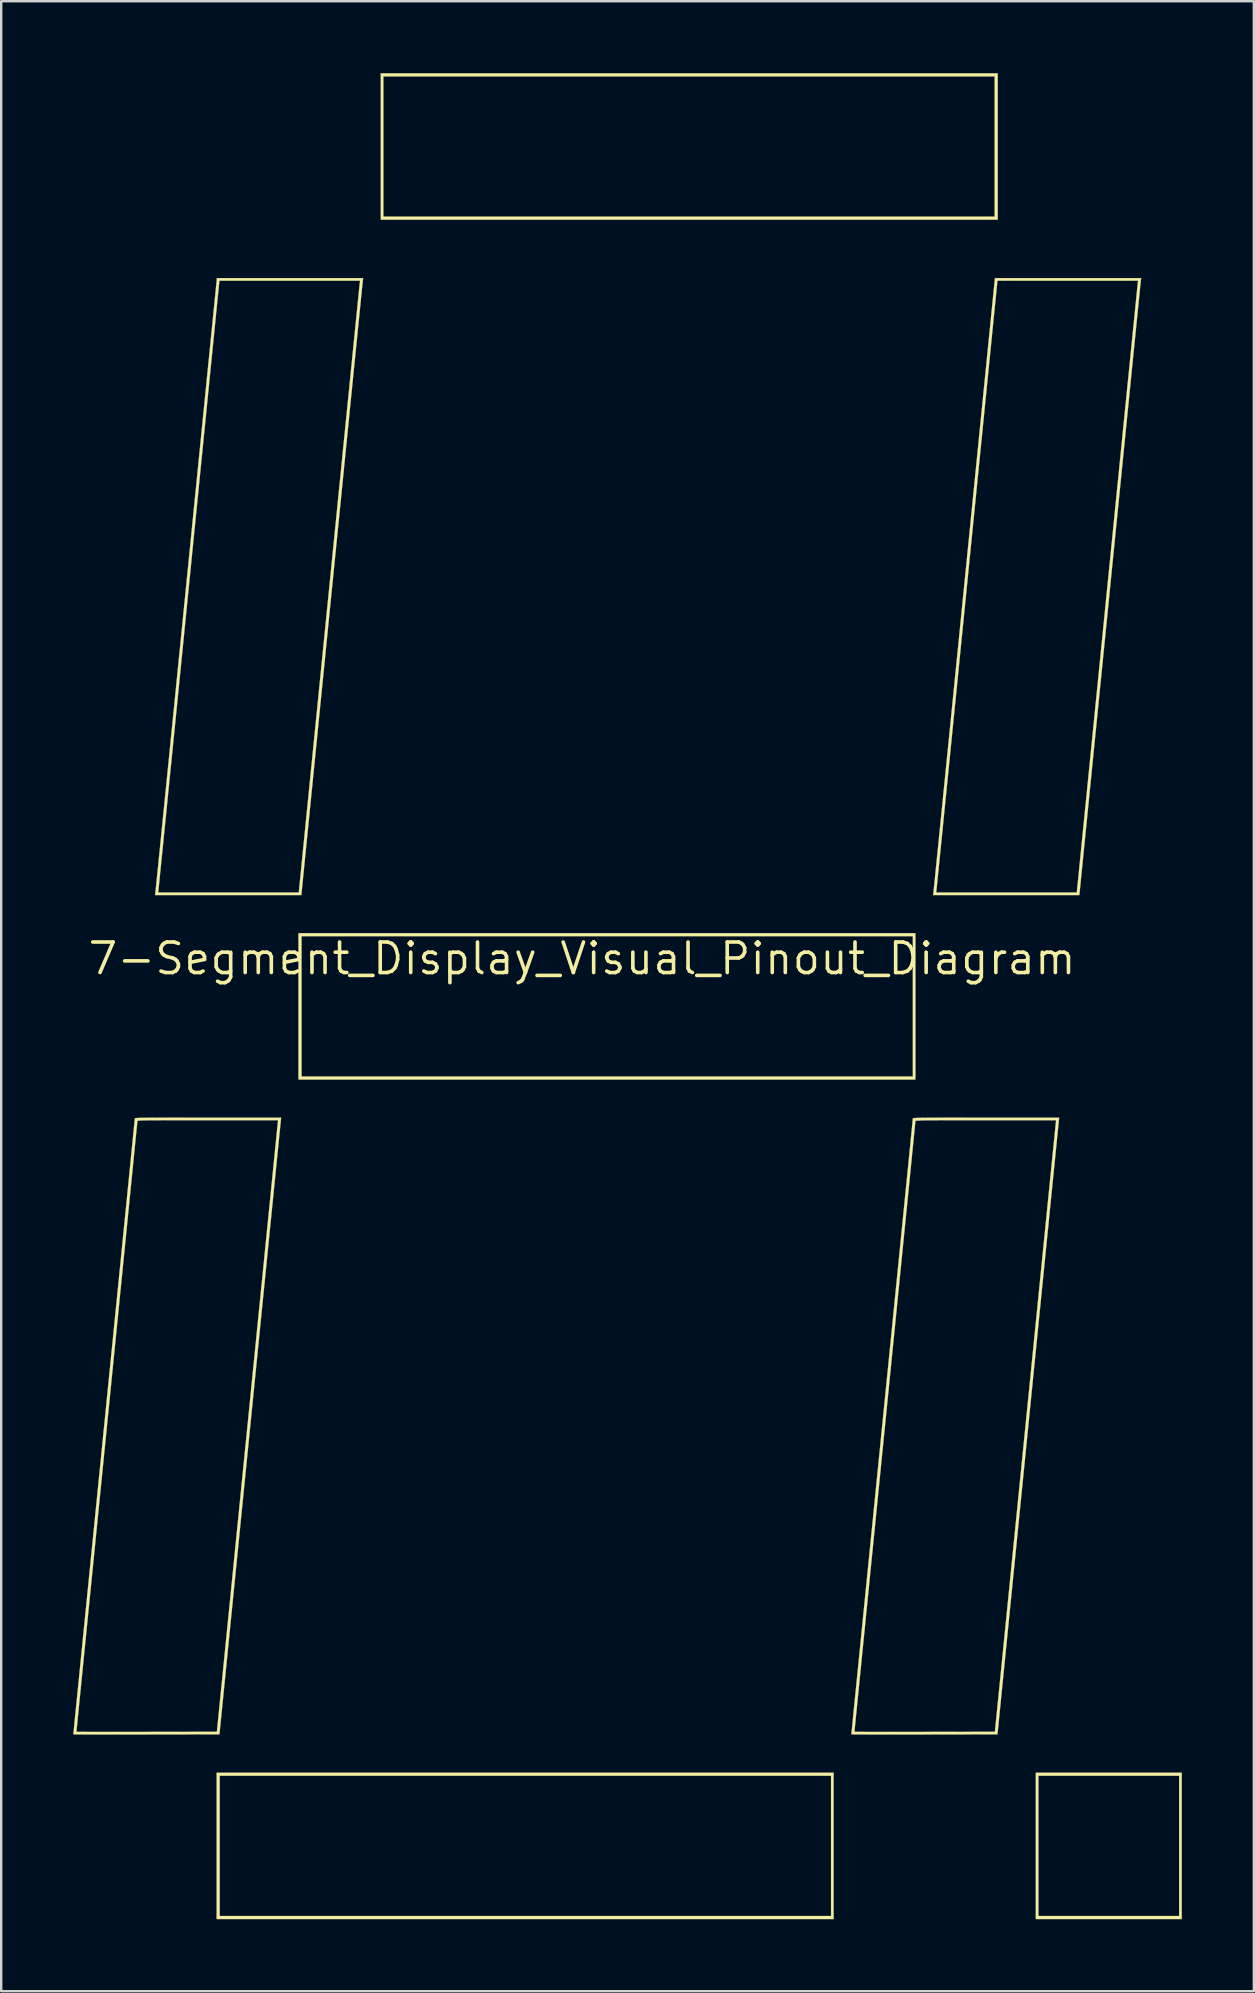
<source format=kicad_pcb>
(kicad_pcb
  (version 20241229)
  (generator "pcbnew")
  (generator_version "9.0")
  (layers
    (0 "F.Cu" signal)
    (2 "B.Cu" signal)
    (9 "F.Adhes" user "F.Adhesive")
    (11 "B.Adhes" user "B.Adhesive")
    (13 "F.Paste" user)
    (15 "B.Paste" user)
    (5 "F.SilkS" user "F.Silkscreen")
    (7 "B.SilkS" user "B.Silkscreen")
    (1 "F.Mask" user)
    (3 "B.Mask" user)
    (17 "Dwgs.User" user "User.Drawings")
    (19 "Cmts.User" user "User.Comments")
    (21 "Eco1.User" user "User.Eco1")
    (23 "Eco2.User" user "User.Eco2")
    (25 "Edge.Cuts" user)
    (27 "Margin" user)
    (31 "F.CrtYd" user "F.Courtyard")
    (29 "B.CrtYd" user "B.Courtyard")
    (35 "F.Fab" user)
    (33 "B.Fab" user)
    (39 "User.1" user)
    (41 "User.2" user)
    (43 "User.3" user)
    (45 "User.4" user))
  (footprint "7-Segment_Display_Visual_Pinout_Diagram"
    (layer "F.Cu")
    (at 21.193 36.877)
    (property "Reference" "7-Segment_Display_Visual_Pinout_Diagram" (at 0 0 0) (layer "F.SilkS") (effects (font (size 1.27 1.27) (thickness 0.15))))
    (attr through_hole)
    (fp_poly (pts (xy 13.843 4.995) (xy -11.748 4.995) (xy -11.748 -0.995) (xy 13.843 -0.995) (xy 13.843 4.995)) (stroke (width 0.01) (type solid)) (fill yes) (layer "F.Mask"))
    (fp_poly (pts (xy 17.251 -30.84) (xy -8.34 -30.84) (xy -8.34 -36.83) (xy 17.251 -36.83) (xy 17.251 -30.84)) (stroke (width 0.01) (type solid)) (fill yes) (layer "F.Mask"))
    (fp_poly (pts (xy 24.934 39.941) (xy 18.944 39.941) (xy 18.944 33.951) (xy 24.934 33.951) (xy 24.934 39.941)) (stroke (width 0.01) (type solid)) (fill yes) (layer "F.Mask"))
    (fp_poly (pts (xy 10.435 39.941) (xy -15.177 39.941) (xy -15.171 36.952) (xy -15.166 33.962) (xy -2.365 33.957) (xy 10.435 33.951) (xy 10.435 39.941)) (stroke (width 0.01) (type solid)) (fill yes) (layer "F.Mask"))
    (fp_poly (pts (xy -12.595 6.736) (xy -12.598 6.761) (xy -12.604 6.827) (xy -12.614 6.933) (xy -12.628 7.077) (xy -12.646 7.259) (xy -12.668 7.477) (xy -12.693 7.73) (xy -12.721 8.017) (xy -12.753 8.338) (xy -12.788 8.69) (xy -12.826 9.072) (xy -12.867 9.484) (xy -12.911 9.924) (xy -12.958 10.392) (xy -13.007 10.885) (xy -13.058 11.403) (xy -13.112 11.945) (xy -13.169 12.509) (xy -13.227 13.094) (xy -13.288 13.7) (xy -13.35 14.325) (xy -13.414 14.967) (xy -13.48 15.627) (xy -13.548 16.302) (xy -13.617 16.991) (xy -13.687 17.693) (xy -13.758 18.408) (xy -13.831 19.133) (xy -13.871 19.537) (xy -15.146 32.269) (xy -21.137 32.279) (xy -19.856 19.473) (xy -18.576 6.668) (xy -12.594 6.668) (xy -12.595 6.736)) (stroke (width 0.01) (type solid)) (fill yes) (layer "F.Mask"))
    (fp_poly (pts (xy -11.761 -28.3) (xy -11.385 -28.3) (xy -11.048 -28.3) (xy -10.747 -28.299) (xy -10.481 -28.299) (xy -10.246 -28.298) (xy -10.042 -28.298) (xy -9.865 -28.297) (xy -9.714 -28.296) (xy -9.588 -28.294) (xy -9.483 -28.292) (xy -9.398 -28.29) (xy -9.331 -28.288) (xy -9.279 -28.285) (xy -9.241 -28.282) (xy -9.215 -28.279) (xy -9.199 -28.275) (xy -9.19 -28.27) (xy -9.186 -28.265) (xy -9.186 -28.263) (xy -9.188 -28.24) (xy -9.194 -28.176) (xy -9.204 -28.072) (xy -9.218 -27.93) (xy -9.236 -27.75) (xy -9.257 -27.533) (xy -9.282 -27.282) (xy -9.31 -26.996) (xy -9.342 -26.677) (xy -9.377 -26.327) (xy -9.415 -25.946) (xy -9.455 -25.535) (xy -9.499 -25.097) (xy -9.545 -24.631) (xy -9.594 -24.139) (xy -9.646 -23.622) (xy -9.7 -23.081) (xy -9.756 -22.518) (xy -9.814 -21.933) (xy -9.875 -21.328) (xy -9.937 -20.704) (xy -10.001 -20.062) (xy -10.067 -19.403) (xy -10.134 -18.729) (xy -10.203 -18.04) (xy -10.273 -17.337) (xy -10.344 -16.623) (xy -10.417 -15.897) (xy -10.461 -15.457) (xy -11.737 -2.688) (xy -14.727 -2.688) (xy -15.142 -2.688) (xy -15.518 -2.688) (xy -15.855 -2.688) (xy -16.155 -2.689) (xy -16.422 -2.689) (xy -16.657 -2.69) (xy -16.861 -2.69) (xy -17.038 -2.691) (xy -17.188 -2.692) (xy -17.315 -2.694) (xy -17.42 -2.696) (xy -17.505 -2.698) (xy -17.572 -2.7) (xy -17.624 -2.703) (xy -17.661 -2.706) (xy -17.688 -2.709) (xy -17.704 -2.713) (xy -17.713 -2.718) (xy -17.717 -2.723) (xy -17.717 -2.725) (xy -17.715 -2.748) (xy -17.709 -2.812) (xy -17.699 -2.916) (xy -17.685 -3.058) (xy -17.667 -3.238) (xy -17.646 -3.455) (xy -17.621 -3.706) (xy -17.593 -3.992) (xy -17.561 -4.311) (xy -17.526 -4.661) (xy -17.488 -5.042) (xy -17.447 -5.453) (xy -17.404 -5.891) (xy -17.357 -6.357) (xy -17.308 -6.849) (xy -17.257 -7.366) (xy -17.203 -7.907) (xy -17.147 -8.47) (xy -17.089 -9.055) (xy -17.028 -9.66) (xy -16.966 -10.284) (xy -16.902 -10.926) (xy -16.836 -11.585) (xy -16.769 -12.259) (xy -16.7 -12.948) (xy -16.63 -13.651) (xy -16.558 -14.365) (xy -16.486 -15.091) (xy -16.442 -15.531) (xy -15.166 -28.3) (xy -12.176 -28.3) (xy -11.761 -28.3)) (stroke (width 0.01) (type solid)) (fill yes) (layer "F.Mask"))
    (fp_poly (pts (xy 20.646 -28.3) (xy 21.021 -28.3) (xy 21.358 -28.3) (xy 21.659 -28.299) (xy 21.925 -28.299) (xy 22.16 -28.298) (xy 22.365 -28.298) (xy 22.541 -28.297) (xy 22.692 -28.296) (xy 22.818 -28.294) (xy 22.923 -28.292) (xy 23.008 -28.29) (xy 23.075 -28.288) (xy 23.127 -28.285) (xy 23.165 -28.282) (xy 23.191 -28.279) (xy 23.208 -28.275) (xy 23.217 -28.27) (xy 23.22 -28.265) (xy 23.221 -28.263) (xy 23.219 -28.24) (xy 23.212 -28.176) (xy 23.202 -28.072) (xy 23.188 -27.93) (xy 23.171 -27.75) (xy 23.149 -27.533) (xy 23.124 -27.282) (xy 23.096 -26.996) (xy 23.064 -26.677) (xy 23.03 -26.327) (xy 22.992 -25.946) (xy 22.951 -25.535) (xy 22.907 -25.097) (xy 22.861 -24.631) (xy 22.812 -24.139) (xy 22.76 -23.622) (xy 22.706 -23.081) (xy 22.65 -22.518) (xy 22.592 -21.933) (xy 22.532 -21.328) (xy 22.469 -20.704) (xy 22.405 -20.062) (xy 22.34 -19.403) (xy 22.272 -18.729) (xy 22.203 -18.04) (xy 22.133 -17.337) (xy 22.062 -16.623) (xy 21.989 -15.897) (xy 21.945 -15.457) (xy 20.669 -2.688) (xy 17.679 -2.688) (xy 17.264 -2.688) (xy 16.889 -2.688) (xy 16.552 -2.688) (xy 16.251 -2.689) (xy 15.984 -2.689) (xy 15.749 -2.69) (xy 15.545 -2.69) (xy 15.368 -2.691) (xy 15.218 -2.692) (xy 15.091 -2.694) (xy 14.986 -2.696) (xy 14.901 -2.698) (xy 14.834 -2.7) (xy 14.783 -2.703) (xy 14.745 -2.706) (xy 14.719 -2.709) (xy 14.702 -2.713) (xy 14.693 -2.718) (xy 14.689 -2.723) (xy 14.689 -2.725) (xy 14.691 -2.748) (xy 14.697 -2.812) (xy 14.707 -2.916) (xy 14.721 -3.058) (xy 14.739 -3.238) (xy 14.76 -3.455) (xy 14.785 -3.706) (xy 14.814 -3.992) (xy 14.845 -4.311) (xy 14.88 -4.661) (xy 14.918 -5.042) (xy 14.959 -5.453) (xy 15.002 -5.891) (xy 15.049 -6.357) (xy 15.098 -6.849) (xy 15.149 -7.366) (xy 15.203 -7.907) (xy 15.259 -8.47) (xy 15.318 -9.055) (xy 15.378 -9.66) (xy 15.44 -10.284) (xy 15.504 -10.926) (xy 15.57 -11.585) (xy 15.637 -12.259) (xy 15.706 -12.948) (xy 15.776 -13.651) (xy 15.848 -14.365) (xy 15.92 -15.091) (xy 15.964 -15.531) (xy 17.24 -28.3) (xy 20.23 -28.3) (xy 20.646 -28.3)) (stroke (width 0.01) (type solid)) (fill yes) (layer "F.Mask"))
    (fp_poly (pts (xy 17.233 6.668) (xy 17.609 6.668) (xy 17.946 6.668) (xy 18.247 6.668) (xy 18.514 6.668) (xy 18.749 6.669) (xy 18.954 6.67) (xy 19.131 6.671) (xy 19.282 6.672) (xy 19.409 6.673) (xy 19.514 6.675) (xy 19.599 6.677) (xy 19.667 6.679) (xy 19.718 6.682) (xy 19.756 6.685) (xy 19.783 6.689) (xy 19.799 6.693) (xy 19.808 6.697) (xy 19.812 6.702) (xy 19.812 6.705) (xy 19.81 6.728) (xy 19.804 6.792) (xy 19.794 6.896) (xy 19.78 7.038) (xy 19.763 7.216) (xy 19.742 7.429) (xy 19.717 7.676) (xy 19.69 7.955) (xy 19.659 8.265) (xy 19.625 8.605) (xy 19.588 8.972) (xy 19.549 9.367) (xy 19.507 9.787) (xy 19.463 10.23) (xy 19.417 10.696) (xy 19.368 11.184) (xy 19.318 11.691) (xy 19.265 12.216) (xy 19.211 12.758) (xy 19.156 13.315) (xy 19.099 13.887) (xy 19.04 14.472) (xy 18.981 15.067) (xy 18.92 15.673) (xy 18.859 16.287) (xy 18.797 16.908) (xy 18.734 17.535) (xy 18.671 18.166) (xy 18.608 18.8) (xy 18.544 19.435) (xy 18.481 20.071) (xy 18.417 20.705) (xy 18.354 21.336) (xy 18.291 21.964) (xy 18.229 22.585) (xy 18.168 23.2) (xy 18.107 23.807) (xy 18.047 24.403) (xy 17.989 24.989) (xy 17.931 25.562) (xy 17.875 26.121) (xy 17.821 26.665) (xy 17.768 27.192) (xy 17.717 27.701) (xy 17.668 28.19) (xy 17.621 28.659) (xy 17.576 29.105) (xy 17.534 29.527) (xy 17.494 29.924) (xy 17.456 30.295) (xy 17.422 30.637) (xy 17.39 30.95) (xy 17.362 31.233) (xy 17.337 31.483) (xy 17.315 31.7) (xy 17.296 31.882) (xy 17.281 32.027) (xy 17.27 32.135) (xy 17.263 32.203) (xy 17.26 32.231) (xy 17.26 32.232) (xy 17.25 32.279) (xy 11.263 32.279) (xy 11.273 32.21) (xy 11.276 32.185) (xy 11.283 32.119) (xy 11.293 32.014) (xy 11.308 31.871) (xy 11.326 31.691) (xy 11.348 31.477) (xy 11.373 31.228) (xy 11.401 30.948) (xy 11.432 30.637) (xy 11.466 30.296) (xy 11.503 29.927) (xy 11.543 29.532) (xy 11.585 29.111) (xy 11.629 28.667) (xy 11.676 28.2) (xy 11.725 27.712) (xy 11.776 27.205) (xy 11.828 26.679) (xy 11.883 26.137) (xy 11.938 25.579) (xy 11.996 25.007) (xy 12.054 24.422) (xy 12.114 23.827) (xy 12.174 23.221) (xy 12.236 22.607) (xy 12.298 21.986) (xy 12.36 21.359) (xy 12.423 20.728) (xy 12.487 20.095) (xy 12.55 19.46) (xy 12.614 18.825) (xy 12.677 18.191) (xy 12.74 17.56) (xy 12.802 16.933) (xy 12.864 16.312) (xy 12.926 15.698) (xy 12.986 15.092) (xy 13.046 14.496) (xy 13.104 13.912) (xy 13.161 13.339) (xy 13.217 12.781) (xy 13.271 12.239) (xy 13.323 11.713) (xy 13.374 11.205) (xy 13.423 10.717) (xy 13.469 10.25) (xy 13.514 9.805) (xy 13.556 9.384) (xy 13.595 8.988) (xy 13.632 8.619) (xy 13.666 8.278) (xy 13.697 7.966) (xy 13.725 7.686) (xy 13.749 7.437) (xy 13.771 7.222) (xy 13.788 7.042) (xy 13.803 6.898) (xy 13.813 6.792) (xy 13.819 6.726) (xy 13.822 6.7) (xy 13.822 6.699) (xy 13.825 6.695) (xy 13.837 6.691) (xy 13.859 6.687) (xy 13.893 6.684) (xy 13.941 6.681) (xy 14.005 6.679) (xy 14.087 6.676) (xy 14.19 6.675) (xy 14.315 6.673) (xy 14.464 6.672) (xy 14.639 6.67) (xy 14.842 6.67) (xy 15.075 6.669) (xy 15.34 6.668) (xy 15.64 6.668) (xy 15.975 6.668) (xy 16.349 6.668) (xy 16.763 6.668) (xy 16.817 6.668) (xy 17.233 6.668)) (stroke (width 0.01) (type solid)) (fill yes) (layer "F.Mask"))
    (fp_poly (pts (xy 10.477 40.005) (xy -15.219 40.005) (xy -15.219 34.036) (xy -15.092 34.036) (xy -15.092 39.878) (xy 10.372 39.878) (xy 10.372 34.036) (xy -15.092 34.036) (xy -15.219 34.036) (xy -15.219 33.909) (xy 10.477 33.909) (xy 10.477 40.005)) (stroke (width 0.01) (type solid)) (fill yes) (layer "F.SilkS"))
    (fp_poly (pts (xy 13.885 5.038) (xy -11.811 5.038) (xy -11.811 -0.931) (xy -11.684 -0.931) (xy -11.684 4.911) (xy 13.78 4.911) (xy 13.78 -0.931) (xy -11.684 -0.931) (xy -11.811 -0.931) (xy -11.811 -1.058) (xy 13.885 -1.058) (xy 13.885 5.038)) (stroke (width 0.01) (type solid)) (fill yes) (layer "F.SilkS"))
    (fp_poly (pts (xy 17.314 -30.776) (xy -8.382 -30.776) (xy -8.382 -36.745) (xy -8.276 -36.745) (xy -8.276 -30.903) (xy 17.187 -30.903) (xy 17.187 -36.745) (xy -8.276 -36.745) (xy -8.382 -36.745) (xy -8.382 -36.872) (xy 17.314 -36.872) (xy 17.314 -30.776)) (stroke (width 0.01) (type solid)) (fill yes) (layer "F.SilkS"))
    (fp_poly (pts (xy 24.977 40.005) (xy 18.902 40.005) (xy 18.902 34.036) (xy 19.008 34.036) (xy 19.008 39.878) (xy 24.871 39.878) (xy 24.871 34.036) (xy 19.008 34.036) (xy 18.902 34.036) (xy 18.902 33.909) (xy 24.977 33.909) (xy 24.977 40.005)) (stroke (width 0.01) (type solid)) (fill yes) (layer "F.SilkS"))
    (fp_poly (pts (xy -9.129 -28.263) (xy -9.132 -28.237) (xy -9.139 -28.171) (xy -9.15 -28.065) (xy -9.164 -27.92) (xy -9.183 -27.737) (xy -9.205 -27.519) (xy -9.23 -27.265) (xy -9.259 -26.977) (xy -9.291 -26.656) (xy -9.327 -26.303) (xy -9.365 -25.92) (xy -9.407 -25.507) (xy -9.451 -25.067) (xy -9.498 -24.599) (xy -9.547 -24.105) (xy -9.599 -23.586) (xy -9.654 -23.044) (xy -9.71 -22.479) (xy -9.769 -21.892) (xy -9.83 -21.286) (xy -9.892 -20.661) (xy -9.956 -20.017) (xy -10.022 -19.357) (xy -10.09 -18.682) (xy -10.159 -17.992) (xy -10.229 -17.288) (xy -10.301 -16.573) (xy -10.373 -15.847) (xy -10.417 -15.415) (xy -11.692 -2.646) (xy -17.785 -2.646) (xy -17.773 -2.715) (xy -17.77 -2.739) (xy -17.769 -2.752) (xy -17.658 -2.752) (xy -11.798 -2.752) (xy -10.533 -15.415) (xy -10.46 -16.144) (xy -10.388 -16.863) (xy -10.318 -17.57) (xy -10.248 -18.265) (xy -10.18 -18.946) (xy -10.113 -19.612) (xy -10.048 -20.262) (xy -9.985 -20.895) (xy -9.924 -21.51) (xy -9.864 -22.105) (xy -9.806 -22.679) (xy -9.751 -23.232) (xy -9.698 -23.761) (xy -9.648 -24.266) (xy -9.599 -24.746) (xy -9.554 -25.199) (xy -9.511 -25.625) (xy -9.471 -26.022) (xy -9.435 -26.389) (xy -9.401 -26.725) (xy -9.37 -27.028) (xy -9.343 -27.298) (xy -9.32 -27.533) (xy -9.299 -27.733) (xy -9.283 -27.896) (xy -9.27 -28.02) (xy -9.262 -28.105) (xy -9.257 -28.15) (xy -9.256 -28.157) (xy -9.244 -28.236) (xy -15.105 -28.236) (xy -16.37 -15.573) (xy -16.443 -14.844) (xy -16.515 -14.125) (xy -16.585 -13.418) (xy -16.655 -12.723) (xy -16.723 -12.042) (xy -16.789 -11.376) (xy -16.854 -10.726) (xy -16.918 -10.093) (xy -16.979 -9.478) (xy -17.039 -8.883) (xy -17.096 -8.309) (xy -17.152 -7.756) (xy -17.205 -7.227) (xy -17.255 -6.722) (xy -17.303 -6.242) (xy -17.349 -5.789) (xy -17.392 -5.363) (xy -17.431 -4.966) (xy -17.468 -4.599) (xy -17.502 -4.263) (xy -17.532 -3.96) (xy -17.56 -3.69) (xy -17.583 -3.455) (xy -17.603 -3.255) (xy -17.62 -3.092) (xy -17.633 -2.968) (xy -17.641 -2.883) (xy -17.646 -2.838) (xy -17.647 -2.831) (xy -17.658 -2.752) (xy -17.769 -2.752) (xy -17.764 -2.805) (xy -17.753 -2.911) (xy -17.738 -3.055) (xy -17.72 -3.237) (xy -17.698 -3.455) (xy -17.672 -3.709) (xy -17.643 -3.996) (xy -17.611 -4.316) (xy -17.575 -4.668) (xy -17.537 -5.051) (xy -17.496 -5.463) (xy -17.451 -5.904) (xy -17.405 -6.371) (xy -17.355 -6.865) (xy -17.303 -7.383) (xy -17.249 -7.925) (xy -17.192 -8.489) (xy -17.134 -9.075) (xy -17.073 -9.681) (xy -17.01 -10.307) (xy -16.946 -10.95) (xy -16.88 -11.61) (xy -16.813 -12.285) (xy -16.744 -12.975) (xy -16.673 -13.678) (xy -16.602 -14.394) (xy -16.529 -15.12) (xy -16.485 -15.563) (xy -15.208 -28.342) (xy -12.163 -28.342) (xy -9.117 -28.342) (xy -9.129 -28.263)) (stroke (width 0.01) (type solid)) (fill yes) (layer "F.SilkS"))
    (fp_poly (pts (xy 23.277 -28.263) (xy 23.274 -28.237) (xy 23.267 -28.171) (xy 23.257 -28.065) (xy 23.242 -27.92) (xy 23.224 -27.737) (xy 23.201 -27.519) (xy 23.176 -27.265) (xy 23.147 -26.977) (xy 23.115 -26.656) (xy 23.079 -26.303) (xy 23.041 -25.92) (xy 22.999 -25.507) (xy 22.955 -25.067) (xy 22.908 -24.599) (xy 22.859 -24.105) (xy 22.807 -23.586) (xy 22.753 -23.044) (xy 22.696 -22.479) (xy 22.637 -21.892) (xy 22.577 -21.286) (xy 22.514 -20.661) (xy 22.45 -20.017) (xy 22.384 -19.357) (xy 22.316 -18.682) (xy 22.247 -17.992) (xy 22.177 -17.288) (xy 22.105 -16.573) (xy 22.033 -15.847) (xy 21.99 -15.415) (xy 20.714 -2.646) (xy 14.621 -2.646) (xy 14.633 -2.715) (xy 14.636 -2.739) (xy 14.637 -2.752) (xy 14.748 -2.752) (xy 20.608 -2.752) (xy 21.873 -15.415) (xy 21.946 -16.144) (xy 22.018 -16.863) (xy 22.089 -17.57) (xy 22.158 -18.265) (xy 22.226 -18.946) (xy 22.293 -19.612) (xy 22.358 -20.262) (xy 22.421 -20.895) (xy 22.483 -21.51) (xy 22.542 -22.105) (xy 22.6 -22.679) (xy 22.655 -23.232) (xy 22.708 -23.761) (xy 22.759 -24.266) (xy 22.807 -24.746) (xy 22.852 -25.199) (xy 22.895 -25.625) (xy 22.935 -26.022) (xy 22.972 -26.389) (xy 23.005 -26.725) (xy 23.036 -27.028) (xy 23.063 -27.298) (xy 23.087 -27.533) (xy 23.107 -27.733) (xy 23.123 -27.896) (xy 23.136 -28.02) (xy 23.145 -28.105) (xy 23.149 -28.15) (xy 23.15 -28.157) (xy 23.162 -28.236) (xy 17.302 -28.236) (xy 16.036 -15.573) (xy 15.963 -14.844) (xy 15.892 -14.125) (xy 15.821 -13.418) (xy 15.751 -12.723) (xy 15.683 -12.042) (xy 15.617 -11.376) (xy 15.552 -10.726) (xy 15.488 -10.093) (xy 15.427 -9.478) (xy 15.367 -8.883) (xy 15.31 -8.309) (xy 15.254 -7.756) (xy 15.201 -7.227) (xy 15.151 -6.722) (xy 15.103 -6.242) (xy 15.057 -5.789) (xy 15.015 -5.363) (xy 14.975 -4.966) (xy 14.938 -4.599) (xy 14.904 -4.263) (xy 14.874 -3.96) (xy 14.847 -3.69) (xy 14.823 -3.455) (xy 14.803 -3.255) (xy 14.786 -3.092) (xy 14.774 -2.968) (xy 14.765 -2.883) (xy 14.76 -2.838) (xy 14.759 -2.831) (xy 14.748 -2.752) (xy 14.637 -2.752) (xy 14.643 -2.805) (xy 14.653 -2.911) (xy 14.668 -3.055) (xy 14.687 -3.237) (xy 14.709 -3.455) (xy 14.734 -3.709) (xy 14.763 -3.996) (xy 14.795 -4.316) (xy 14.831 -4.668) (xy 14.869 -5.051) (xy 14.911 -5.463) (xy 14.955 -5.904) (xy 15.002 -6.371) (xy 15.051 -6.865) (xy 15.103 -7.383) (xy 15.157 -7.925) (xy 15.214 -8.489) (xy 15.273 -9.075) (xy 15.333 -9.681) (xy 15.396 -10.307) (xy 15.46 -10.95) (xy 15.526 -11.61) (xy 15.594 -12.285) (xy 15.663 -12.975) (xy 15.733 -13.678) (xy 15.804 -14.394) (xy 15.877 -15.12) (xy 15.921 -15.563) (xy 17.198 -28.342) (xy 20.243 -28.342) (xy 23.289 -28.342) (xy 23.277 -28.263)) (stroke (width 0.01) (type solid)) (fill yes) (layer "F.SilkS"))
    (fp_poly (pts (xy -12.544 6.726) (xy -12.547 6.752) (xy -12.554 6.82) (xy -12.565 6.927) (xy -12.579 7.074) (xy -12.598 7.257) (xy -12.62 7.477) (xy -12.645 7.732) (xy -12.674 8.021) (xy -12.707 8.343) (xy -12.742 8.697) (xy -12.781 9.081) (xy -12.822 9.495) (xy -12.866 9.936) (xy -12.913 10.405) (xy -12.963 10.9) (xy -13.015 11.42) (xy -13.069 11.963) (xy -13.126 12.528) (xy -13.184 13.115) (xy -13.245 13.722) (xy -13.308 14.348) (xy -13.372 14.991) (xy -13.438 15.652) (xy -13.506 16.328) (xy -13.575 17.018) (xy -13.645 17.721) (xy -13.716 18.436) (xy -13.789 19.162) (xy -13.83 19.569) (xy -15.103 32.311) (xy -18.146 32.316) (xy -18.501 32.317) (xy -18.844 32.317) (xy -19.174 32.317) (xy -19.487 32.318) (xy -19.781 32.317) (xy -20.053 32.317) (xy -20.303 32.317) (xy -20.526 32.316) (xy -20.721 32.316) (xy -20.885 32.315) (xy -21.016 32.314) (xy -21.112 32.313) (xy -21.17 32.312) (xy -21.188 32.311) (xy -21.186 32.289) (xy -21.18 32.227) (xy -21.177 32.205) (xy -21.061 32.205) (xy -21.04 32.206) (xy -20.979 32.207) (xy -20.881 32.208) (xy -20.748 32.209) (xy -20.582 32.21) (xy -20.386 32.211) (xy -20.161 32.211) (xy -19.912 32.211) (xy -19.639 32.212) (xy -19.346 32.212) (xy -19.034 32.212) (xy -18.707 32.211) (xy -18.366 32.211) (xy -18.135 32.21) (xy -15.209 32.205) (xy -13.946 19.569) (xy -13.873 18.84) (xy -13.801 18.122) (xy -13.731 17.415) (xy -13.661 16.72) (xy -13.593 16.04) (xy -13.527 15.374) (xy -13.462 14.724) (xy -13.398 14.091) (xy -13.337 13.477) (xy -13.277 12.882) (xy -13.22 12.308) (xy -13.165 11.755) (xy -13.112 11.226) (xy -13.061 10.721) (xy -13.013 10.241) (xy -12.968 9.788) (xy -12.925 9.362) (xy -12.885 8.965) (xy -12.849 8.599) (xy -12.815 8.263) (xy -12.785 7.959) (xy -12.757 7.689) (xy -12.734 7.454) (xy -12.714 7.255) (xy -12.698 7.092) (xy -12.685 6.968) (xy -12.676 6.883) (xy -12.672 6.838) (xy -12.671 6.832) (xy -12.66 6.731) (xy -15.59 6.731) (xy -16.004 6.731) (xy -16.378 6.731) (xy -16.714 6.731) (xy -17.013 6.732) (xy -17.278 6.732) (xy -17.51 6.733) (xy -17.713 6.734) (xy -17.887 6.735) (xy -18.035 6.736) (xy -18.159 6.738) (xy -18.261 6.74) (xy -18.342 6.742) (xy -18.406 6.745) (xy -18.453 6.748) (xy -18.486 6.751) (xy -18.507 6.755) (xy -18.518 6.759) (xy -18.521 6.763) (xy -18.523 6.786) (xy -18.529 6.849) (xy -18.539 6.953) (xy -18.553 7.095) (xy -18.571 7.275) (xy -18.593 7.491) (xy -18.618 7.742) (xy -18.646 8.027) (xy -18.678 8.346) (xy -18.712 8.696) (xy -18.75 9.076) (xy -18.791 9.486) (xy -18.835 9.924) (xy -18.881 10.39) (xy -18.93 10.881) (xy -18.982 11.398) (xy -19.036 11.938) (xy -19.092 12.5) (xy -19.15 13.084) (xy -19.211 13.688) (xy -19.273 14.312) (xy -19.337 14.953) (xy -19.403 15.611) (xy -19.47 16.284) (xy -19.539 16.972) (xy -19.609 17.674) (xy -19.68 18.387) (xy -19.753 19.112) (xy -19.791 19.494) (xy -19.864 20.224) (xy -19.936 20.943) (xy -20.006 21.651) (xy -20.076 22.346) (xy -20.144 23.027) (xy -20.211 23.692) (xy -20.276 24.342) (xy -20.339 24.974) (xy -20.4 25.588) (xy -20.459 26.182) (xy -20.517 26.755) (xy -20.572 27.306) (xy -20.625 27.834) (xy -20.675 28.338) (xy -20.723 28.816) (xy -20.768 29.268) (xy -20.81 29.692) (xy -20.85 30.087) (xy -20.886 30.453) (xy -20.919 30.787) (xy -20.95 31.088) (xy -20.976 31.357) (xy -21 31.59) (xy -21.019 31.788) (xy -21.035 31.949) (xy -21.048 32.072) (xy -21.056 32.155) (xy -21.06 32.199) (xy -21.061 32.205) (xy -21.177 32.205) (xy -21.169 32.125) (xy -21.155 31.984) (xy -21.138 31.805) (xy -21.116 31.59) (xy -21.091 31.34) (xy -21.063 31.056) (xy -21.031 30.738) (xy -20.996 30.389) (xy -20.958 30.009) (xy -20.917 29.6) (xy -20.874 29.162) (xy -20.827 28.698) (xy -20.778 28.207) (xy -20.727 27.691) (xy -20.673 27.151) (xy -20.616 26.588) (xy -20.558 26.004) (xy -20.498 25.4) (xy -20.435 24.777) (xy -20.371 24.135) (xy -20.305 23.476) (xy -20.238 22.802) (xy -20.169 22.113) (xy -20.099 21.411) (xy -20.027 20.696) (xy -19.955 19.97) (xy -19.907 19.494) (xy -19.834 18.762) (xy -19.762 18.039) (xy -19.691 17.328) (xy -19.621 16.63) (xy -19.552 15.946) (xy -19.486 15.276) (xy -19.42 14.623) (xy -19.357 13.987) (xy -19.295 13.37) (xy -19.235 12.772) (xy -19.178 12.195) (xy -19.122 11.639) (xy -19.069 11.107) (xy -19.019 10.599) (xy -18.97 10.116) (xy -18.925 9.66) (xy -18.882 9.231) (xy -18.842 8.831) (xy -18.805 8.461) (xy -18.772 8.122) (xy -18.741 7.816) (xy -18.714 7.542) (xy -18.69 7.304) (xy -18.67 7.1) (xy -18.654 6.934) (xy -18.641 6.805) (xy -18.632 6.716) (xy -18.628 6.667) (xy -18.627 6.657) (xy -18.623 6.653) (xy -18.612 6.649) (xy -18.59 6.645) (xy -18.556 6.642) (xy -18.508 6.639) (xy -18.444 6.636) (xy -18.362 6.634) (xy -18.26 6.632) (xy -18.136 6.631) (xy -17.988 6.629) (xy -17.814 6.628) (xy -17.612 6.627) (xy -17.38 6.627) (xy -17.117 6.626) (xy -16.819 6.626) (xy -16.485 6.625) (xy -16.114 6.625) (xy -15.703 6.625) (xy -15.58 6.625) (xy -12.533 6.625) (xy -12.544 6.726)) (stroke (width 0.01) (type solid)) (fill yes) (layer "F.SilkS"))
    (fp_poly (pts (xy 19.862 6.726) (xy 19.859 6.752) (xy 19.852 6.82) (xy 19.842 6.927) (xy 19.827 7.074) (xy 19.808 7.257) (xy 19.786 7.477) (xy 19.761 7.732) (xy 19.732 8.021) (xy 19.7 8.343) (xy 19.664 8.697) (xy 19.626 9.081) (xy 19.584 9.495) (xy 19.54 9.936) (xy 19.493 10.405) (xy 19.444 10.9) (xy 19.392 11.42) (xy 19.337 11.963) (xy 19.281 12.528) (xy 19.222 13.115) (xy 19.161 13.722) (xy 19.099 14.348) (xy 19.034 14.991) (xy 18.968 15.652) (xy 18.901 16.328) (xy 18.832 17.018) (xy 18.761 17.721) (xy 18.69 18.436) (xy 18.617 19.162) (xy 18.577 19.569) (xy 17.303 32.311) (xy 14.261 32.316) (xy 13.905 32.317) (xy 13.562 32.317) (xy 13.232 32.317) (xy 12.92 32.318) (xy 12.626 32.317) (xy 12.353 32.317) (xy 12.104 32.317) (xy 11.88 32.316) (xy 11.685 32.316) (xy 11.521 32.315) (xy 11.39 32.314) (xy 11.294 32.313) (xy 11.236 32.312) (xy 11.218 32.311) (xy 11.22 32.289) (xy 11.227 32.227) (xy 11.229 32.205) (xy 11.345 32.205) (xy 11.366 32.206) (xy 11.427 32.207) (xy 11.525 32.208) (xy 11.658 32.209) (xy 11.824 32.21) (xy 12.021 32.211) (xy 12.245 32.211) (xy 12.494 32.211) (xy 12.767 32.212) (xy 13.06 32.212) (xy 13.372 32.212) (xy 13.699 32.211) (xy 14.04 32.211) (xy 14.271 32.21) (xy 17.197 32.205) (xy 18.46 19.569) (xy 18.533 18.84) (xy 18.605 18.122) (xy 18.676 17.415) (xy 18.745 16.72) (xy 18.813 16.04) (xy 18.88 15.374) (xy 18.945 14.724) (xy 19.008 14.091) (xy 19.069 13.477) (xy 19.129 12.882) (xy 19.186 12.308) (xy 19.242 11.755) (xy 19.295 11.226) (xy 19.345 10.721) (xy 19.393 10.241) (xy 19.438 9.788) (xy 19.481 9.362) (xy 19.521 8.965) (xy 19.558 8.599) (xy 19.591 8.263) (xy 19.622 7.959) (xy 19.649 7.689) (xy 19.672 7.454) (xy 19.692 7.255) (xy 19.709 7.092) (xy 19.721 6.968) (xy 19.73 6.883) (xy 19.734 6.838) (xy 19.735 6.832) (xy 19.747 6.731) (xy 16.816 6.731) (xy 16.402 6.731) (xy 16.028 6.731) (xy 15.693 6.731) (xy 15.393 6.732) (xy 15.128 6.732) (xy 14.896 6.733) (xy 14.693 6.734) (xy 14.519 6.735) (xy 14.371 6.736) (xy 14.247 6.738) (xy 14.146 6.74) (xy 14.064 6.742) (xy 14.001 6.745) (xy 13.953 6.748) (xy 13.92 6.751) (xy 13.899 6.755) (xy 13.888 6.759) (xy 13.885 6.763) (xy 13.883 6.786) (xy 13.877 6.849) (xy 13.867 6.953) (xy 13.853 7.095) (xy 13.835 7.275) (xy 13.814 7.491) (xy 13.789 7.742) (xy 13.76 8.027) (xy 13.729 8.346) (xy 13.694 8.696) (xy 13.656 9.076) (xy 13.615 9.486) (xy 13.571 9.924) (xy 13.525 10.39) (xy 13.476 10.881) (xy 13.424 11.398) (xy 13.37 11.938) (xy 13.314 12.5) (xy 13.256 13.084) (xy 13.196 13.688) (xy 13.133 14.312) (xy 13.069 14.953) (xy 13.004 15.611) (xy 12.936 16.284) (xy 12.868 16.972) (xy 12.797 17.674) (xy 12.726 18.387) (xy 12.654 19.112) (xy 12.615 19.494) (xy 12.542 20.224) (xy 12.47 20.943) (xy 12.4 21.651) (xy 12.33 22.346) (xy 12.262 23.027) (xy 12.196 23.692) (xy 12.131 24.342) (xy 12.067 24.974) (xy 12.006 25.588) (xy 11.947 26.182) (xy 11.889 26.755) (xy 11.834 27.306) (xy 11.782 27.834) (xy 11.731 28.338) (xy 11.683 28.816) (xy 11.638 29.268) (xy 11.596 29.692) (xy 11.556 30.087) (xy 11.52 30.453) (xy 11.487 30.787) (xy 11.457 31.088) (xy 11.43 31.357) (xy 11.406 31.59) (xy 11.387 31.788) (xy 11.371 31.949) (xy 11.358 32.072) (xy 11.35 32.155) (xy 11.346 32.199) (xy 11.345 32.205) (xy 11.229 32.205) (xy 11.237 32.125) (xy 11.251 31.984) (xy 11.269 31.805) (xy 11.29 31.59) (xy 11.315 31.34) (xy 11.343 31.056) (xy 11.375 30.738) (xy 11.41 30.389) (xy 11.448 30.009) (xy 11.489 29.6) (xy 11.532 29.162) (xy 11.579 28.698) (xy 11.628 28.207) (xy 11.68 27.691) (xy 11.733 27.151) (xy 11.79 26.588) (xy 11.848 26.004) (xy 11.908 25.4) (xy 11.971 24.777) (xy 12.035 24.135) (xy 12.101 23.476) (xy 12.168 22.802) (xy 12.237 22.113) (xy 12.307 21.411) (xy 12.379 20.696) (xy 12.451 19.97) (xy 12.499 19.494) (xy 12.572 18.762) (xy 12.644 18.039) (xy 12.716 17.328) (xy 12.785 16.63) (xy 12.854 15.946) (xy 12.921 15.276) (xy 12.986 14.623) (xy 13.049 13.987) (xy 13.111 13.37) (xy 13.171 12.772) (xy 13.228 12.195) (xy 13.284 11.639) (xy 13.337 11.107) (xy 13.388 10.599) (xy 13.436 10.116) (xy 13.481 9.66) (xy 13.524 9.231) (xy 13.564 8.831) (xy 13.601 8.461) (xy 13.634 8.122) (xy 13.665 7.816) (xy 13.692 7.542) (xy 13.716 7.304) (xy 13.736 7.1) (xy 13.752 6.934) (xy 13.765 6.805) (xy 13.774 6.716) (xy 13.779 6.667) (xy 13.78 6.657) (xy 13.783 6.653) (xy 13.795 6.649) (xy 13.816 6.645) (xy 13.85 6.642) (xy 13.898 6.639) (xy 13.962 6.636) (xy 14.044 6.634) (xy 14.146 6.632) (xy 14.27 6.631) (xy 14.418 6.629) (xy 14.592 6.628) (xy 14.794 6.627) (xy 15.026 6.627) (xy 15.29 6.626) (xy 15.587 6.626) (xy 15.921 6.625) (xy 16.292 6.625) (xy 16.703 6.625) (xy 16.827 6.625) (xy 19.874 6.625) (xy 19.862 6.726)) (stroke (width 0.01) (type solid)) (fill yes) (layer "F.SilkS")))
  (gr_rect
    (start -3 -3)
    (end 49.175 79.887)
    (stroke (width 0.1) (type default))
    (fill no)
    (layer "Edge.Cuts")))
</source>
